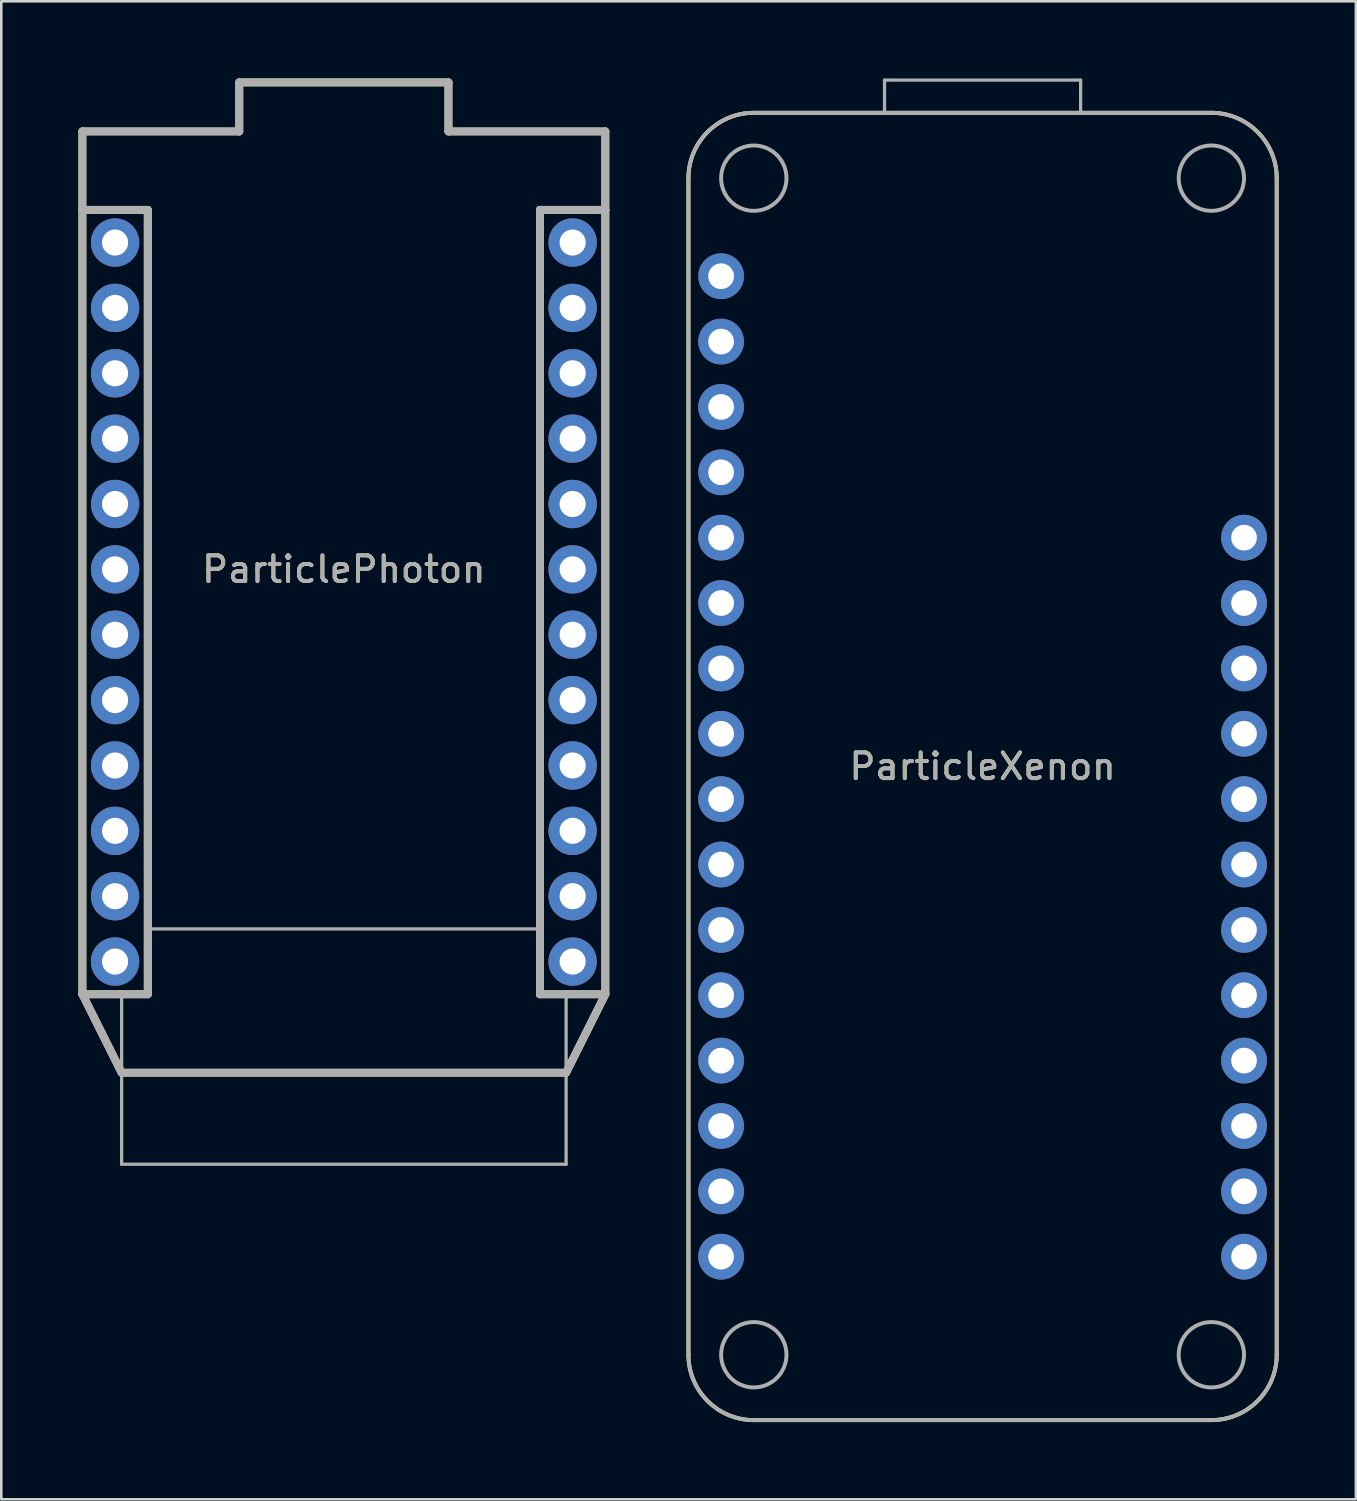
<source format=kicad_pcb>
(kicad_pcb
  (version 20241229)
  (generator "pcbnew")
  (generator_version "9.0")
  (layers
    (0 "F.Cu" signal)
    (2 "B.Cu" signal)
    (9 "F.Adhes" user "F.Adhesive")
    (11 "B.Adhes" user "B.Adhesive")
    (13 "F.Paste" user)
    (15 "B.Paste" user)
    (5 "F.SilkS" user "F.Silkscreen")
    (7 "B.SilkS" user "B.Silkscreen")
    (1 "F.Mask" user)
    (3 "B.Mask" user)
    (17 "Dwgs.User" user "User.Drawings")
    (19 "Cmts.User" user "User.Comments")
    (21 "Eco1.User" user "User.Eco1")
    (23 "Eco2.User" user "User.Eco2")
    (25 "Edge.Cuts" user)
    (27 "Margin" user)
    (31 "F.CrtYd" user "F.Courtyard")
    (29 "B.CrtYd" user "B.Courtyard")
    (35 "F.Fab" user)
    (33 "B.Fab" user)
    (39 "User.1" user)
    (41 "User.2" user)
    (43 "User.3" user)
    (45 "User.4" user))
  (footprint "ParticleXenon"
    (layer "F.Cu")
    (at 35.131 26.733)
    (property "Reference" "ParticleXenon" (at 0 0 0) (layer "F.SilkS") (effects (font (size 1 1) (thickness 0.15))))
    (attr through_hole)
    (fp_line (start -11.43 -22.86) (end -11.43 22.86) (stroke (width 0.152) (type solid)) (layer "F.SilkS"))
    (fp_line (start -8.89 25.4) (end 8.89 25.4) (stroke (width 0.152) (type solid)) (layer "F.SilkS"))
    (fp_line (start 8.89 -25.4) (end -8.89 -25.4) (stroke (width 0.152) (type solid)) (layer "F.SilkS"))
    (fp_line (start 11.43 22.86) (end 11.43 -22.86) (stroke (width 0.152) (type solid)) (layer "F.SilkS"))
    (fp_arc (start -11.43 -22.86) (mid -10.686051 -24.656051) (end -8.89 -25.4) (stroke (width 0.1524) (type solid)) (layer "F.SilkS"))
    (fp_arc (start -8.89 25.4) (mid -10.686051 24.656051) (end -11.43 22.86) (stroke (width 0.1524) (type solid)) (layer "F.SilkS"))
    (fp_arc (start 8.89 -25.4) (mid 10.686051 -24.656051) (end 11.43 -22.86) (stroke (width 0.1524) (type solid)) (layer "F.SilkS"))
    (fp_arc (start 11.43 22.86) (mid 10.686051 24.656051) (end 8.89 25.4) (stroke (width 0.1524) (type solid)) (layer "F.SilkS"))
    (fp_line (start -11.43 22.86) (end -11.43 -22.86) (stroke (width 0.152) (type solid)) (layer "F.Fab"))
    (fp_line (start -8.89 -25.4) (end -3.81 -25.4) (stroke (width 0.152) (type solid)) (layer "F.Fab"))
    (fp_line (start -3.81 -26.67) (end 3.81 -26.67) (stroke (width 0.127) (type solid)) (layer "F.Fab"))
    (fp_line (start -3.81 -25.4) (end -3.81 -26.67) (stroke (width 0.127) (type solid)) (layer "F.Fab"))
    (fp_line (start -3.81 -25.4) (end 3.81 -25.4) (stroke (width 0.152) (type solid)) (layer "F.Fab"))
    (fp_line (start 3.81 -26.67) (end 3.81 -25.4) (stroke (width 0.127) (type solid)) (layer "F.Fab"))
    (fp_line (start 3.81 -25.4) (end 8.89 -25.4) (stroke (width 0.152) (type solid)) (layer "F.Fab"))
    (fp_line (start 8.89 25.4) (end -8.89 25.4) (stroke (width 0.152) (type solid)) (layer "F.Fab"))
    (fp_line (start 11.43 -22.86) (end 11.43 22.86) (stroke (width 0.152) (type solid)) (layer "F.Fab"))
    (fp_arc (start -11.43 -22.86) (mid -10.686051 -24.656051) (end -8.89 -25.4) (stroke (width 0.1524) (type solid)) (layer "F.Fab"))
    (fp_arc (start -8.89 25.4) (mid -10.686051 24.656051) (end -11.43 22.86) (stroke (width 0.1524) (type solid)) (layer "F.Fab"))
    (fp_arc (start 8.89 -25.4) (mid 10.686051 -24.656051) (end 11.43 -22.86) (stroke (width 0.1524) (type solid)) (layer "F.Fab"))
    (fp_arc (start 11.43 22.86) (mid 10.686051 24.656051) (end 8.89 25.4) (stroke (width 0.1524) (type solid)) (layer "F.Fab"))
    (fp_circle (center -8.89 -22.86) (end -7.62 -22.86) (stroke (width 0.152) (type solid)) (fill no) (layer "F.Fab"))
    (fp_circle (center -8.89 22.86) (end -7.62 22.86) (stroke (width 0.152) (type solid)) (fill no) (layer "F.Fab"))
    (fp_circle (center 8.89 -22.86) (end 10.16 -22.86) (stroke (width 0.152) (type solid)) (fill no) (layer "F.Fab"))
    (fp_circle (center 8.89 22.86) (end 10.16 22.86) (stroke (width 0.152) (type solid)) (fill no) (layer "F.Fab"))
    (fp_text user "${REFERENCE}" (at 0 0 180) (layer "F.Fab") (effects (font (size 1 1) (thickness 0.15))))
    (pad "1" thru_hole circle (at -10.16 -19.05) (size 1.778 1.778) (drill 1) (layers "*.Cu" "*.Mask"))
    (pad "2" thru_hole circle (at -10.16 -16.51) (size 1.778 1.778) (drill 1) (layers "*.Cu" "*.Mask"))
    (pad "3" thru_hole circle (at -10.16 -13.97) (size 1.778 1.778) (drill 1) (layers "*.Cu" "*.Mask"))
    (pad "4" thru_hole circle (at -10.16 -11.43) (size 1.778 1.778) (drill 1) (layers "*.Cu" "*.Mask"))
    (pad "5" thru_hole circle (at -10.16 -8.89) (size 1.778 1.778) (drill 1) (layers "*.Cu" "*.Mask"))
    (pad "6" thru_hole circle (at -10.16 -6.35) (size 1.778 1.778) (drill 1) (layers "*.Cu" "*.Mask"))
    (pad "7" thru_hole circle (at -10.16 -3.81) (size 1.778 1.778) (drill 1) (layers "*.Cu" "*.Mask"))
    (pad "8" thru_hole circle (at -10.16 -1.27) (size 1.778 1.778) (drill 1) (layers "*.Cu" "*.Mask"))
    (pad "9" thru_hole circle (at -10.16 1.27) (size 1.778 1.778) (drill 1) (layers "*.Cu" "*.Mask"))
    (pad "10" thru_hole circle (at -10.16 3.81) (size 1.778 1.778) (drill 1) (layers "*.Cu" "*.Mask"))
    (pad "11" thru_hole circle (at -10.16 6.35) (size 1.778 1.778) (drill 1) (layers "*.Cu" "*.Mask"))
    (pad "12" thru_hole circle (at -10.16 8.89) (size 1.778 1.778) (drill 1) (layers "*.Cu" "*.Mask"))
    (pad "13" thru_hole circle (at -10.16 11.43) (size 1.778 1.778) (drill 1) (layers "*.Cu" "*.Mask"))
    (pad "14" thru_hole circle (at -10.16 13.97) (size 1.778 1.778) (drill 1) (layers "*.Cu" "*.Mask"))
    (pad "15" thru_hole circle (at -10.16 16.51) (size 1.778 1.778) (drill 1) (layers "*.Cu" "*.Mask"))
    (pad "16" thru_hole circle (at -10.16 19.05) (size 1.778 1.778) (drill 1) (layers "*.Cu" "*.Mask"))
    (pad "17" thru_hole circle (at 10.16 19.05) (size 1.778 1.778) (drill 1) (layers "*.Cu" "*.Mask"))
    (pad "18" thru_hole circle (at 10.16 16.51) (size 1.778 1.778) (drill 1) (layers "*.Cu" "*.Mask"))
    (pad "19" thru_hole circle (at 10.16 13.97) (size 1.778 1.778) (drill 1) (layers "*.Cu" "*.Mask"))
    (pad "20" thru_hole circle (at 10.16 11.43) (size 1.778 1.778) (drill 1) (layers "*.Cu" "*.Mask"))
    (pad "21" thru_hole circle (at 10.16 8.89) (size 1.778 1.778) (drill 1) (layers "*.Cu" "*.Mask"))
    (pad "22" thru_hole circle (at 10.16 6.35) (size 1.778 1.778) (drill 1) (layers "*.Cu" "*.Mask"))
    (pad "23" thru_hole circle (at 10.16 3.81) (size 1.778 1.778) (drill 1) (layers "*.Cu" "*.Mask"))
    (pad "24" thru_hole circle (at 10.16 1.27) (size 1.778 1.778) (drill 1) (layers "*.Cu" "*.Mask"))
    (pad "25" thru_hole circle (at 10.16 -1.27) (size 1.778 1.778) (drill 1) (layers "*.Cu" "*.Mask"))
    (pad "26" thru_hole circle (at 10.16 -3.81) (size 1.778 1.778) (drill 1) (layers "*.Cu" "*.Mask"))
    (pad "27" thru_hole circle (at 10.16 -6.35) (size 1.778 1.778) (drill 1) (layers "*.Cu" "*.Mask"))
    (pad "28" thru_hole circle (at 10.16 -8.89) (size 1.778 1.778) (drill 1) (layers "*.Cu" "*.Mask")))
  (footprint "ParticlePhoton"
    (layer "F.Cu")
    (at 10.312 19.075)
    (property "Reference" "ParticlePhoton" (at 0 0 0) (layer "F.SilkS") (effects (font (size 1 1) (thickness 0.15))))
    (attr through_hole)
    (fp_line (start -10.16 -17.018) (end -10.16 -13.97) (stroke (width 0.305) (type solid)) (layer "F.SilkS"))
    (fp_line (start -10.16 -17.018) (end -4.064 -17.018) (stroke (width 0.305) (type solid)) (layer "F.SilkS"))
    (fp_line (start -10.16 -13.97) (end -10.16 16.51) (stroke (width 0.305) (type solid)) (layer "F.SilkS"))
    (fp_line (start -10.16 16.51) (end -8.636 19.558) (stroke (width 0.305) (type solid)) (layer "F.SilkS"))
    (fp_line (start -10.16 16.51) (end -7.62 16.51) (stroke (width 0.305) (type solid)) (layer "F.SilkS"))
    (fp_line (start -8.636 19.558) (end 8.636 19.558) (stroke (width 0.305) (type solid)) (layer "F.SilkS"))
    (fp_line (start -7.62 -13.97) (end -10.16 -13.97) (stroke (width 0.305) (type solid)) (layer "F.SilkS"))
    (fp_line (start -7.62 16.51) (end -7.62 -13.97) (stroke (width 0.305) (type solid)) (layer "F.SilkS"))
    (fp_line (start -4.064 -18.923) (end -4.064 -17.018) (stroke (width 0.305) (type solid)) (layer "F.SilkS"))
    (fp_line (start 4.064 -18.923) (end -4.064 -18.923) (stroke (width 0.305) (type solid)) (layer "F.SilkS"))
    (fp_line (start 4.064 -17.018) (end 4.064 -18.923) (stroke (width 0.305) (type solid)) (layer "F.SilkS"))
    (fp_line (start 4.064 -17.018) (end 10.16 -17.018) (stroke (width 0.305) (type solid)) (layer "F.SilkS"))
    (fp_line (start 7.62 -13.97) (end 10.16 -13.97) (stroke (width 0.305) (type solid)) (layer "F.SilkS"))
    (fp_line (start 7.62 16.51) (end 7.62 -13.97) (stroke (width 0.305) (type solid)) (layer "F.SilkS"))
    (fp_line (start 8.636 19.558) (end 10.16 16.51) (stroke (width 0.305) (type solid)) (layer "F.SilkS"))
    (fp_line (start 10.16 -13.97) (end 10.16 -17.018) (stroke (width 0.305) (type solid)) (layer "F.SilkS"))
    (fp_line (start 10.16 -13.97) (end 10.16 16.51) (stroke (width 0.305) (type solid)) (layer "F.SilkS"))
    (fp_line (start 10.16 16.51) (end 7.62 16.51) (stroke (width 0.305) (type solid)) (layer "F.SilkS"))
    (fp_line (start -10.16 -17.018) (end -4.064 -17.018) (stroke (width 0.305) (type solid)) (layer "F.Fab"))
    (fp_line (start -10.16 -13.97) (end -10.16 -17.018) (stroke (width 0.305) (type solid)) (layer "F.Fab"))
    (fp_line (start -10.16 -13.97) (end -7.62 -13.97) (stroke (width 0.305) (type solid)) (layer "F.Fab"))
    (fp_line (start -10.16 16.51) (end -10.16 -13.97) (stroke (width 0.305) (type solid)) (layer "F.Fab"))
    (fp_line (start -10.16 16.51) (end -8.636 19.558) (stroke (width 0.305) (type solid)) (layer "F.Fab"))
    (fp_line (start -8.636 16.51) (end -8.636 23.114) (stroke (width 0.127) (type solid)) (layer "F.Fab"))
    (fp_line (start -8.636 19.558) (end 8.636 19.558) (stroke (width 0.305) (type solid)) (layer "F.Fab"))
    (fp_line (start -8.636 23.114) (end 8.636 23.114) (stroke (width 0.127) (type solid)) (layer "F.Fab"))
    (fp_line (start -7.62 -13.97) (end -7.62 16.51) (stroke (width 0.305) (type solid)) (layer "F.Fab"))
    (fp_line (start -7.62 13.97) (end -7.62 16.51) (stroke (width 0.127) (type solid)) (layer "F.Fab"))
    (fp_line (start -7.62 16.51) (end -10.16 16.51) (stroke (width 0.305) (type solid)) (layer "F.Fab"))
    (fp_line (start -7.62 16.51) (end -8.636 16.51) (stroke (width 0.127) (type solid)) (layer "F.Fab"))
    (fp_line (start -4.064 -18.923) (end 4.064 -18.923) (stroke (width 0.305) (type solid)) (layer "F.Fab"))
    (fp_line (start -4.064 -17.018) (end -4.064 -18.923) (stroke (width 0.305) (type solid)) (layer "F.Fab"))
    (fp_line (start 4.064 -18.923) (end 4.064 -17.018) (stroke (width 0.305) (type solid)) (layer "F.Fab"))
    (fp_line (start 4.064 -17.018) (end 10.16 -17.018) (stroke (width 0.305) (type solid)) (layer "F.Fab"))
    (fp_line (start 7.62 -13.97) (end 10.16 -13.97) (stroke (width 0.305) (type solid)) (layer "F.Fab"))
    (fp_line (start 7.62 13.97) (end -7.62 13.97) (stroke (width 0.127) (type solid)) (layer "F.Fab"))
    (fp_line (start 7.62 16.51) (end 7.62 -13.97) (stroke (width 0.305) (type solid)) (layer "F.Fab"))
    (fp_line (start 7.62 16.51) (end 7.62 13.97) (stroke (width 0.127) (type solid)) (layer "F.Fab"))
    (fp_line (start 8.636 16.51) (end 7.62 16.51) (stroke (width 0.127) (type solid)) (layer "F.Fab"))
    (fp_line (start 8.636 19.558) (end 10.16 16.51) (stroke (width 0.305) (type solid)) (layer "F.Fab"))
    (fp_line (start 8.636 23.114) (end 8.636 16.51) (stroke (width 0.127) (type solid)) (layer "F.Fab"))
    (fp_line (start 10.16 -17.018) (end 10.16 -13.97) (stroke (width 0.305) (type solid)) (layer "F.Fab"))
    (fp_line (start 10.16 -13.97) (end 10.16 16.51) (stroke (width 0.305) (type solid)) (layer "F.Fab"))
    (fp_line (start 10.16 16.51) (end 7.62 16.51) (stroke (width 0.305) (type solid)) (layer "F.Fab"))
    (fp_poly (pts (xy -9.144 -12.954) (xy -8.636 -12.954) (xy -8.636 -12.446) (xy -9.144 -12.446)) (stroke (width 0.01) (type solid)) (fill no) (layer "F.Fab"))
    (fp_poly (pts (xy -9.144 -10.414) (xy -8.636 -10.414) (xy -8.636 -9.906) (xy -9.144 -9.906)) (stroke (width 0.01) (type solid)) (fill no) (layer "F.Fab"))
    (fp_poly (pts (xy -9.144 -7.874) (xy -8.636 -7.874) (xy -8.636 -7.366) (xy -9.144 -7.366)) (stroke (width 0.01) (type solid)) (fill no) (layer "F.Fab"))
    (fp_poly (pts (xy -9.144 -5.334) (xy -8.636 -5.334) (xy -8.636 -4.826) (xy -9.144 -4.826)) (stroke (width 0.01) (type solid)) (fill no) (layer "F.Fab"))
    (fp_poly (pts (xy -9.144 -2.794) (xy -8.636 -2.794) (xy -8.636 -2.286) (xy -9.144 -2.286)) (stroke (width 0.01) (type solid)) (fill no) (layer "F.Fab"))
    (fp_poly (pts (xy -9.144 -0.254) (xy -8.636 -0.254) (xy -8.636 0.254) (xy -9.144 0.254)) (stroke (width 0.01) (type solid)) (fill no) (layer "F.Fab"))
    (fp_poly (pts (xy -9.144 2.286) (xy -8.636 2.286) (xy -8.636 2.794) (xy -9.144 2.794)) (stroke (width 0.01) (type solid)) (fill no) (layer "F.Fab"))
    (fp_poly (pts (xy -9.144 4.826) (xy -8.636 4.826) (xy -8.636 5.334) (xy -9.144 5.334)) (stroke (width 0.01) (type solid)) (fill no) (layer "F.Fab"))
    (fp_poly (pts (xy -9.144 7.366) (xy -8.636 7.366) (xy -8.636 7.874) (xy -9.144 7.874)) (stroke (width 0.01) (type solid)) (fill no) (layer "F.Fab"))
    (fp_poly (pts (xy -9.144 9.906) (xy -8.636 9.906) (xy -8.636 10.414) (xy -9.144 10.414)) (stroke (width 0.01) (type solid)) (fill no) (layer "F.Fab"))
    (fp_poly (pts (xy -9.144 12.446) (xy -8.636 12.446) (xy -8.636 12.954) (xy -9.144 12.954)) (stroke (width 0.01) (type solid)) (fill no) (layer "F.Fab"))
    (fp_poly (pts (xy -9.144 14.986) (xy -8.636 14.986) (xy -8.636 15.494) (xy -9.144 15.494)) (stroke (width 0.01) (type solid)) (fill no) (layer "F.Fab"))
    (fp_poly (pts (xy 8.636 -12.954) (xy 9.144 -12.954) (xy 9.144 -12.446) (xy 8.636 -12.446)) (stroke (width 0.01) (type solid)) (fill no) (layer "F.Fab"))
    (fp_poly (pts (xy 8.636 -10.414) (xy 9.144 -10.414) (xy 9.144 -9.906) (xy 8.636 -9.906)) (stroke (width 0.01) (type solid)) (fill no) (layer "F.Fab"))
    (fp_poly (pts (xy 8.636 -7.874) (xy 9.144 -7.874) (xy 9.144 -7.366) (xy 8.636 -7.366)) (stroke (width 0.01) (type solid)) (fill no) (layer "F.Fab"))
    (fp_poly (pts (xy 8.636 -5.334) (xy 9.144 -5.334) (xy 9.144 -4.826) (xy 8.636 -4.826)) (stroke (width 0.01) (type solid)) (fill no) (layer "F.Fab"))
    (fp_poly (pts (xy 8.636 -2.794) (xy 9.144 -2.794) (xy 9.144 -2.286) (xy 8.636 -2.286)) (stroke (width 0.01) (type solid)) (fill no) (layer "F.Fab"))
    (fp_poly (pts (xy 8.636 -0.254) (xy 9.144 -0.254) (xy 9.144 0.254) (xy 8.636 0.254)) (stroke (width 0.01) (type solid)) (fill no) (layer "F.Fab"))
    (fp_poly (pts (xy 8.636 2.286) (xy 9.144 2.286) (xy 9.144 2.794) (xy 8.636 2.794)) (stroke (width 0.01) (type solid)) (fill no) (layer "F.Fab"))
    (fp_poly (pts (xy 8.636 4.826) (xy 9.144 4.826) (xy 9.144 5.334) (xy 8.636 5.334)) (stroke (width 0.01) (type solid)) (fill no) (layer "F.Fab"))
    (fp_poly (pts (xy 8.636 7.366) (xy 9.144 7.366) (xy 9.144 7.874) (xy 8.636 7.874)) (stroke (width 0.01) (type solid)) (fill no) (layer "F.Fab"))
    (fp_poly (pts (xy 8.636 9.906) (xy 9.144 9.906) (xy 9.144 10.414) (xy 8.636 10.414)) (stroke (width 0.01) (type solid)) (fill no) (layer "F.Fab"))
    (fp_poly (pts (xy 8.636 12.446) (xy 9.144 12.446) (xy 9.144 12.954) (xy 8.636 12.954)) (stroke (width 0.01) (type solid)) (fill no) (layer "F.Fab"))
    (fp_poly (pts (xy 8.636 14.986) (xy 9.144 14.986) (xy 9.144 15.494) (xy 8.636 15.494)) (stroke (width 0.01) (type solid)) (fill no) (layer "F.Fab"))
    (fp_text user "${REFERENCE}" (at 0 0 180) (layer "F.Fab") (effects (font (size 1 1) (thickness 0.15))))
    (pad "1" thru_hole circle (at -8.89 -12.7) (size 1.88 1.88) (drill 1.016) (layers "*.Cu" "*.Mask"))
    (pad "2" thru_hole circle (at -8.89 -10.16) (size 1.88 1.88) (drill 1.016) (layers "*.Cu" "*.Mask"))
    (pad "3" thru_hole circle (at -8.89 -7.62) (size 1.88 1.88) (drill 1.016) (layers "*.Cu" "*.Mask"))
    (pad "4" thru_hole circle (at -8.89 -5.08) (size 1.88 1.88) (drill 1.016) (layers "*.Cu" "*.Mask"))
    (pad "5" thru_hole circle (at -8.89 -2.54) (size 1.88 1.88) (drill 1.016) (layers "*.Cu" "*.Mask"))
    (pad "6" thru_hole circle (at -8.89 0) (size 1.88 1.88) (drill 1.016) (layers "*.Cu" "*.Mask"))
    (pad "7" thru_hole circle (at -8.89 2.54) (size 1.88 1.88) (drill 1.016) (layers "*.Cu" "*.Mask"))
    (pad "8" thru_hole circle (at -8.89 5.08) (size 1.88 1.88) (drill 1.016) (layers "*.Cu" "*.Mask"))
    (pad "9" thru_hole circle (at -8.89 7.62) (size 1.88 1.88) (drill 1.016) (layers "*.Cu" "*.Mask"))
    (pad "10" thru_hole circle (at -8.89 10.16) (size 1.88 1.88) (drill 1.016) (layers "*.Cu" "*.Mask"))
    (pad "11" thru_hole circle (at -8.89 12.7) (size 1.88 1.88) (drill 1.016) (layers "*.Cu" "*.Mask"))
    (pad "12" thru_hole circle (at -8.89 15.24) (size 1.88 1.88) (drill 1.016) (layers "*.Cu" "*.Mask"))
    (pad "13" thru_hole circle (at 8.89 15.24) (size 1.88 1.88) (drill 1.016) (layers "*.Cu" "*.Mask"))
    (pad "14" thru_hole circle (at 8.89 12.7) (size 1.88 1.88) (drill 1.016) (layers "*.Cu" "*.Mask"))
    (pad "15" thru_hole circle (at 8.89 10.16) (size 1.88 1.88) (drill 1.016) (layers "*.Cu" "*.Mask"))
    (pad "16" thru_hole circle (at 8.89 7.62) (size 1.88 1.88) (drill 1.016) (layers "*.Cu" "*.Mask"))
    (pad "17" thru_hole circle (at 8.89 5.08) (size 1.88 1.88) (drill 1.016) (layers "*.Cu" "*.Mask"))
    (pad "18" thru_hole circle (at 8.89 2.54) (size 1.88 1.88) (drill 1.016) (layers "*.Cu" "*.Mask"))
    (pad "19" thru_hole circle (at 8.89 0) (size 1.88 1.88) (drill 1.016) (layers "*.Cu" "*.Mask"))
    (pad "20" thru_hole circle (at 8.89 -2.54) (size 1.88 1.88) (drill 1.016) (layers "*.Cu" "*.Mask"))
    (pad "21" thru_hole circle (at 8.89 -5.08) (size 1.88 1.88) (drill 1.016) (layers "*.Cu" "*.Mask"))
    (pad "22" thru_hole circle (at 8.89 -7.62) (size 1.88 1.88) (drill 1.016) (layers "*.Cu" "*.Mask"))
    (pad "23" thru_hole circle (at 8.89 -10.16) (size 1.88 1.88) (drill 1.016) (layers "*.Cu" "*.Mask"))
    (pad "24" thru_hole circle (at 8.89 -12.7) (size 1.88 1.88) (drill 1.016) (layers "*.Cu" "*.Mask")))
  (gr_rect
    (start -3 -3)
    (end 49.637 55.21)
    (stroke (width 0.1) (type default))
    (fill no)
    (layer "Edge.Cuts")))
</source>
